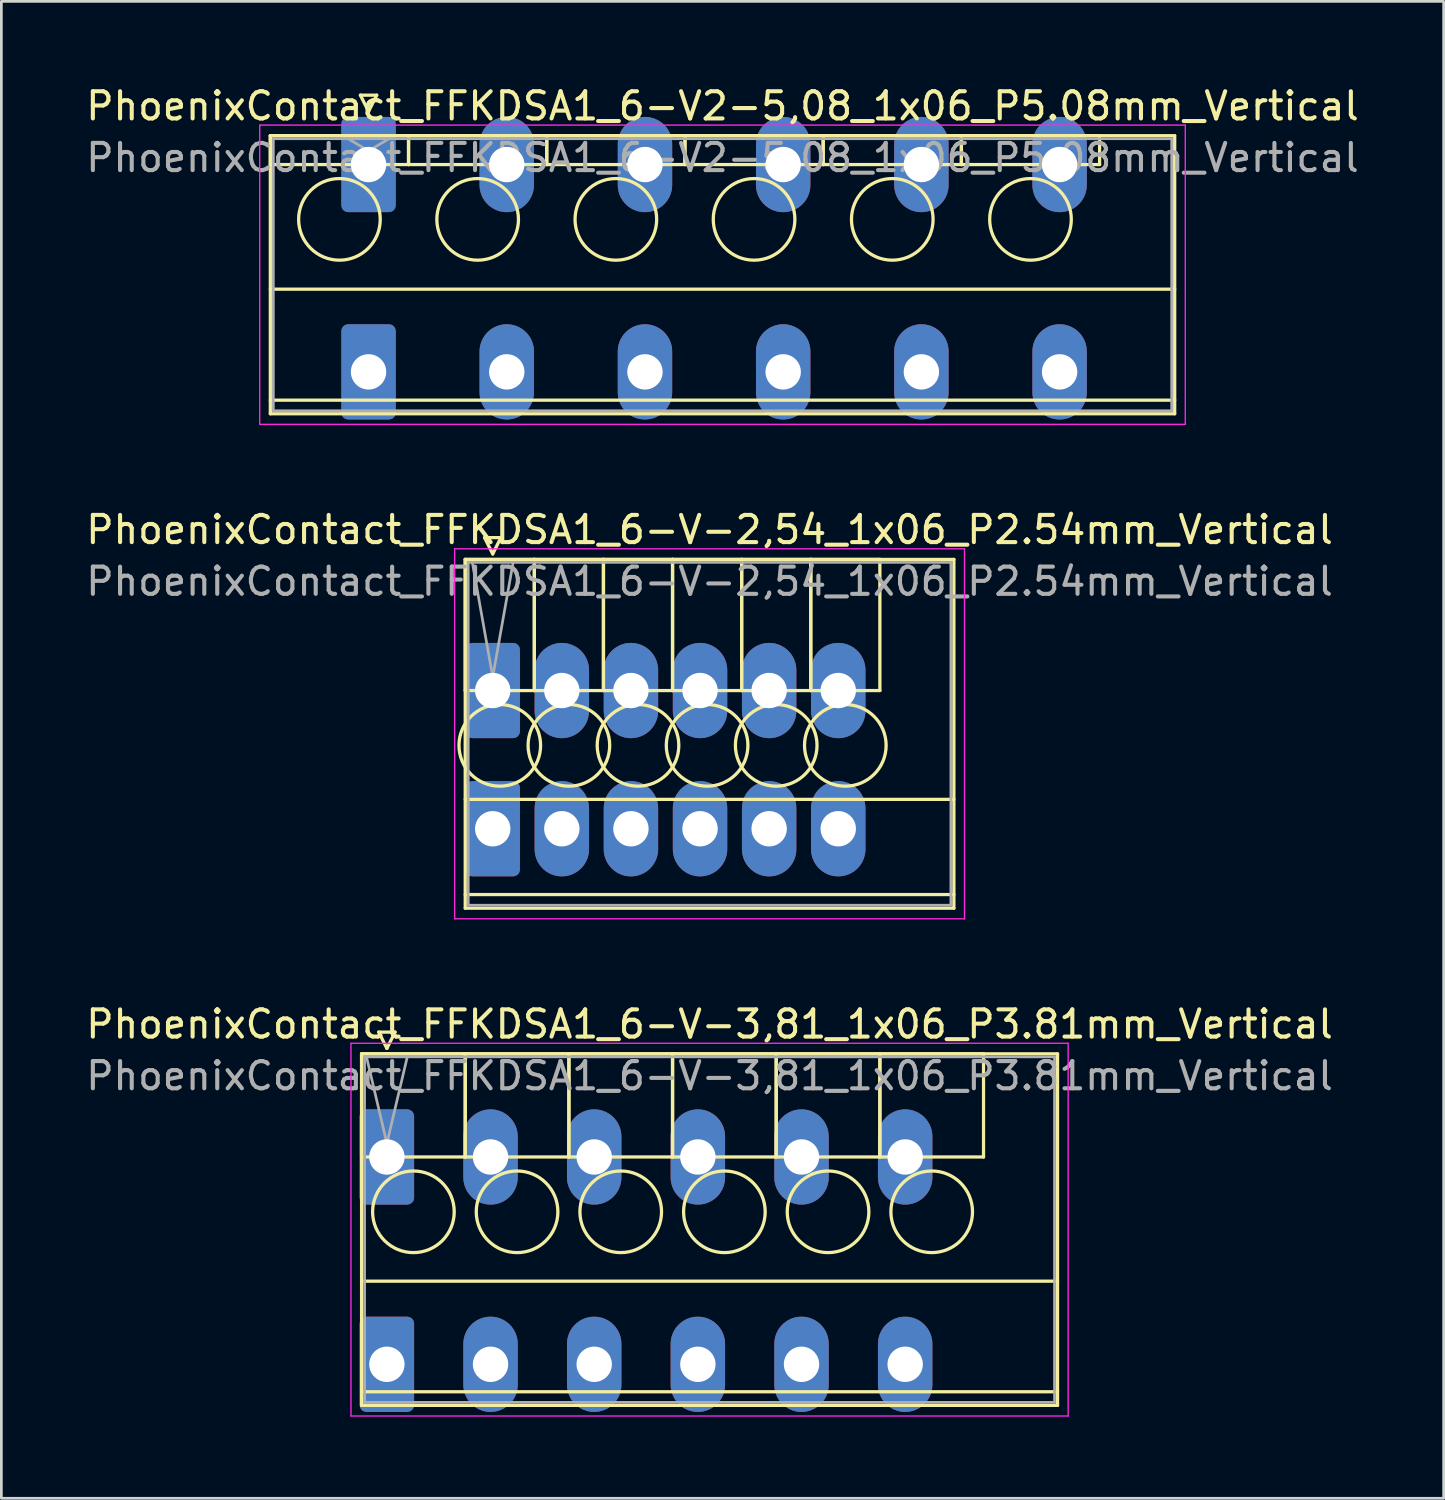
<source format=kicad_pcb>
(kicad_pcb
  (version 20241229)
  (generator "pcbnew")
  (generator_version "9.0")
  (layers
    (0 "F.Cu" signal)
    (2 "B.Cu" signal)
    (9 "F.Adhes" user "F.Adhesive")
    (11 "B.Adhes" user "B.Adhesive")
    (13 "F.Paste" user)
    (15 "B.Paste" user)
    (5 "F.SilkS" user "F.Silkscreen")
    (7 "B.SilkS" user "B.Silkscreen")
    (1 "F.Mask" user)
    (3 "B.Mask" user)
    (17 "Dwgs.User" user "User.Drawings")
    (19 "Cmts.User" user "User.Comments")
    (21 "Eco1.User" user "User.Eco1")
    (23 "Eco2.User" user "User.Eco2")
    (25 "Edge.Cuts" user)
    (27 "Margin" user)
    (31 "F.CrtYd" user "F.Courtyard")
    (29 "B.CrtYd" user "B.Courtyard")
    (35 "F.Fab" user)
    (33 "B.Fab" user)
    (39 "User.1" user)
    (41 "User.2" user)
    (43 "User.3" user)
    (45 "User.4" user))
  (footprint "PhoenixContact_FFKDSA1_6-V-3,81_1x06_P3.81mm_Vertical"
    (layer "F.Cu")
    (at 11.17 39.475)
    (property "Reference" "PhoenixContact_FFKDSA1_6-V-3,81_1x06_P3.81mm_Vertical" (at 11.86 -4.88 0) (layer "F.SilkS") (effects (font (size 1 1) (thickness 0.15))))
    (attr through_hole)
    (fp_line (start -0.93 -3.79) (end -0.93 0) (stroke (width 0.12) (type solid)) (layer "F.SilkS"))
    (fp_line (start -0.93 -3.79) (end -0.93 9.13) (stroke (width 0.12) (type solid)) (layer "F.SilkS"))
    (fp_line (start -0.93 0) (end 2.88 0) (stroke (width 0.12) (type solid)) (layer "F.SilkS"))
    (fp_line (start -0.93 4.565) (end 24.65 4.565) (stroke (width 0.12) (type solid)) (layer "F.SilkS"))
    (fp_line (start -0.93 8.63) (end 24.65 8.63) (stroke (width 0.12) (type solid)) (layer "F.SilkS"))
    (fp_line (start -0.93 9.13) (end 24.65 9.13) (stroke (width 0.12) (type solid)) (layer "F.SilkS"))
    (fp_line (start -0.3 -4.59) (end 0.3 -4.59) (stroke (width 0.12) (type solid)) (layer "F.SilkS"))
    (fp_line (start 0 -3.99) (end -0.3 -4.59) (stroke (width 0.12) (type solid)) (layer "F.SilkS"))
    (fp_line (start 0.3 -4.59) (end 0 -3.99) (stroke (width 0.12) (type solid)) (layer "F.SilkS"))
    (fp_line (start 2.88 -3.79) (end -0.93 -3.79) (stroke (width 0.12) (type solid)) (layer "F.SilkS"))
    (fp_line (start 2.88 -3.79) (end 2.88 0) (stroke (width 0.12) (type solid)) (layer "F.SilkS"))
    (fp_line (start 2.88 0) (end 2.88 -3.79) (stroke (width 0.12) (type solid)) (layer "F.SilkS"))
    (fp_line (start 2.88 0) (end 6.69 0) (stroke (width 0.12) (type solid)) (layer "F.SilkS"))
    (fp_line (start 6.69 -3.79) (end 2.88 -3.79) (stroke (width 0.12) (type solid)) (layer "F.SilkS"))
    (fp_line (start 6.69 -3.79) (end 6.69 0) (stroke (width 0.12) (type solid)) (layer "F.SilkS"))
    (fp_line (start 6.69 0) (end 6.69 -3.79) (stroke (width 0.12) (type solid)) (layer "F.SilkS"))
    (fp_line (start 6.69 0) (end 10.5 0) (stroke (width 0.12) (type solid)) (layer "F.SilkS"))
    (fp_line (start 10.5 -3.79) (end 6.69 -3.79) (stroke (width 0.12) (type solid)) (layer "F.SilkS"))
    (fp_line (start 10.5 -3.79) (end 10.5 0) (stroke (width 0.12) (type solid)) (layer "F.SilkS"))
    (fp_line (start 10.5 0) (end 10.5 -3.79) (stroke (width 0.12) (type solid)) (layer "F.SilkS"))
    (fp_line (start 10.5 0) (end 14.31 0) (stroke (width 0.12) (type solid)) (layer "F.SilkS"))
    (fp_line (start 14.31 -3.79) (end 10.5 -3.79) (stroke (width 0.12) (type solid)) (layer "F.SilkS"))
    (fp_line (start 14.31 -3.79) (end 14.31 0) (stroke (width 0.12) (type solid)) (layer "F.SilkS"))
    (fp_line (start 14.31 0) (end 14.31 -3.79) (stroke (width 0.12) (type solid)) (layer "F.SilkS"))
    (fp_line (start 14.31 0) (end 18.12 0) (stroke (width 0.12) (type solid)) (layer "F.SilkS"))
    (fp_line (start 18.12 -3.79) (end 14.31 -3.79) (stroke (width 0.12) (type solid)) (layer "F.SilkS"))
    (fp_line (start 18.12 -3.79) (end 18.12 0) (stroke (width 0.12) (type solid)) (layer "F.SilkS"))
    (fp_line (start 18.12 0) (end 18.12 -3.79) (stroke (width 0.12) (type solid)) (layer "F.SilkS"))
    (fp_line (start 18.12 0) (end 21.93 0) (stroke (width 0.12) (type solid)) (layer "F.SilkS"))
    (fp_line (start 21.93 -3.79) (end 18.12 -3.79) (stroke (width 0.12) (type solid)) (layer "F.SilkS"))
    (fp_line (start 21.93 0) (end 21.93 -3.79) (stroke (width 0.12) (type solid)) (layer "F.SilkS"))
    (fp_line (start 24.65 -3.79) (end -0.93 -3.79) (stroke (width 0.12) (type solid)) (layer "F.SilkS"))
    (fp_line (start 24.65 9.13) (end 24.65 -3.79) (stroke (width 0.12) (type solid)) (layer "F.SilkS"))
    (fp_circle (center 0.975 2.015) (end 2.475 2.015) (stroke (width 0.12) (type solid)) (fill no) (layer "F.SilkS"))
    (fp_circle (center 4.785 2.015) (end 6.285 2.015) (stroke (width 0.12) (type solid)) (fill no) (layer "F.SilkS"))
    (fp_circle (center 8.595 2.015) (end 10.095 2.015) (stroke (width 0.12) (type solid)) (fill no) (layer "F.SilkS"))
    (fp_circle (center 12.405 2.015) (end 13.905 2.015) (stroke (width 0.12) (type solid)) (fill no) (layer "F.SilkS"))
    (fp_circle (center 16.215 2.015) (end 17.715 2.015) (stroke (width 0.12) (type solid)) (fill no) (layer "F.SilkS"))
    (fp_circle (center 20.025 2.015) (end 21.525 2.015) (stroke (width 0.12) (type solid)) (fill no) (layer "F.SilkS"))
    (fp_line (start -1.32 -4.18) (end -1.32 9.52) (stroke (width 0.05) (type solid)) (layer "F.CrtYd"))
    (fp_line (start -1.32 9.52) (end 25.04 9.52) (stroke (width 0.05) (type solid)) (layer "F.CrtYd"))
    (fp_line (start 25.04 -4.18) (end -1.32 -4.18) (stroke (width 0.05) (type solid)) (layer "F.CrtYd"))
    (fp_line (start 25.04 9.52) (end 25.04 -4.18) (stroke (width 0.05) (type solid)) (layer "F.CrtYd"))
    (fp_line (start -0.82 -3.68) (end -0.82 9.02) (stroke (width 0.1) (type solid)) (layer "F.Fab"))
    (fp_line (start -0.82 9.02) (end 24.54 9.02) (stroke (width 0.1) (type solid)) (layer "F.Fab"))
    (fp_line (start 0 -0.5) (end -0.75 -3.68) (stroke (width 0.1) (type solid)) (layer "F.Fab"))
    (fp_line (start 0.75 -3.68) (end 0 -0.5) (stroke (width 0.1) (type solid)) (layer "F.Fab"))
    (fp_line (start 24.54 -3.68) (end -0.82 -3.68) (stroke (width 0.1) (type solid)) (layer "F.Fab"))
    (fp_line (start 24.54 9.02) (end 24.54 -3.68) (stroke (width 0.1) (type solid)) (layer "F.Fab"))
    (fp_text user "${REFERENCE}" (at 11.86 -2.98 0) (layer "F.Fab") (effects (font (size 1 1) (thickness 0.15))))
    (pad "1" thru_hole roundrect (at 0 0) (size 2 3.5) (drill 1.3) (layers "*.Cu" "*.Mask") (roundrect_rratio 0.125))
    (pad "1" thru_hole roundrect (at 0 7.62) (size 2 3.5) (drill 1.3) (layers "*.Cu" "*.Mask") (roundrect_rratio 0.125))
    (pad "2" thru_hole oval (at 3.81 0) (size 2 3.5) (drill 1.3) (layers "*.Cu" "*.Mask"))
    (pad "2" thru_hole oval (at 3.81 7.62) (size 2 3.5) (drill 1.3) (layers "*.Cu" "*.Mask"))
    (pad "3" thru_hole oval (at 7.62 0) (size 2 3.5) (drill 1.3) (layers "*.Cu" "*.Mask"))
    (pad "3" thru_hole oval (at 7.62 7.62) (size 2 3.5) (drill 1.3) (layers "*.Cu" "*.Mask"))
    (pad "4" thru_hole oval (at 11.43 0) (size 2 3.5) (drill 1.3) (layers "*.Cu" "*.Mask"))
    (pad "4" thru_hole oval (at 11.43 7.62) (size 2 3.5) (drill 1.3) (layers "*.Cu" "*.Mask"))
    (pad "5" thru_hole oval (at 15.24 0) (size 2 3.5) (drill 1.3) (layers "*.Cu" "*.Mask"))
    (pad "5" thru_hole oval (at 15.24 7.62) (size 2 3.5) (drill 1.3) (layers "*.Cu" "*.Mask"))
    (pad "6" thru_hole oval (at 19.05 0) (size 2 3.5) (drill 1.3) (layers "*.Cu" "*.Mask"))
    (pad "6" thru_hole oval (at 19.05 7.62) (size 2 3.5) (drill 1.3) (layers "*.Cu" "*.Mask")))
  (footprint "PhoenixContact_FFKDSA1_6-V2-5,08_1x06_P5.08mm_Vertical"
    (layer "F.Cu")
    (at 10.496 2.998)
    (property "Reference" "PhoenixContact_FFKDSA1_6-V2-5,08_1x06_P5.08mm_Vertical" (at 13.01 -2.15 0) (layer "F.SilkS") (effects (font (size 1 1) (thickness 0.15))))
    (attr through_hole)
    (fp_line (start -3.61 -1.06) (end -3.61 0) (stroke (width 0.12) (type solid)) (layer "F.SilkS"))
    (fp_line (start -3.61 -1.06) (end -3.61 9.16) (stroke (width 0.12) (type solid)) (layer "F.SilkS"))
    (fp_line (start -3.61 0) (end 1.47 0) (stroke (width 0.12) (type solid)) (layer "F.SilkS"))
    (fp_line (start -3.61 4.58) (end 29.63 4.58) (stroke (width 0.12) (type solid)) (layer "F.SilkS"))
    (fp_line (start -3.61 8.66) (end 29.63 8.66) (stroke (width 0.12) (type solid)) (layer "F.SilkS"))
    (fp_line (start -3.61 9.16) (end 29.63 9.16) (stroke (width 0.12) (type solid)) (layer "F.SilkS"))
    (fp_line (start -0.3 -2.55) (end 0.3 -2.55) (stroke (width 0.12) (type solid)) (layer "F.SilkS"))
    (fp_line (start 0 -1.95) (end -0.3 -2.55) (stroke (width 0.12) (type solid)) (layer "F.SilkS"))
    (fp_line (start 0.3 -2.55) (end 0 -1.95) (stroke (width 0.12) (type solid)) (layer "F.SilkS"))
    (fp_line (start 1.47 -1.06) (end -3.61 -1.06) (stroke (width 0.12) (type solid)) (layer "F.SilkS"))
    (fp_line (start 1.47 -1.06) (end 1.47 0) (stroke (width 0.12) (type solid)) (layer "F.SilkS"))
    (fp_line (start 1.47 0) (end 1.47 -1.06) (stroke (width 0.12) (type solid)) (layer "F.SilkS"))
    (fp_line (start 1.47 0) (end 6.55 0) (stroke (width 0.12) (type solid)) (layer "F.SilkS"))
    (fp_line (start 6.55 -1.06) (end 1.47 -1.06) (stroke (width 0.12) (type solid)) (layer "F.SilkS"))
    (fp_line (start 6.55 -1.06) (end 6.55 0) (stroke (width 0.12) (type solid)) (layer "F.SilkS"))
    (fp_line (start 6.55 0) (end 6.55 -1.06) (stroke (width 0.12) (type solid)) (layer "F.SilkS"))
    (fp_line (start 6.55 0) (end 11.63 0) (stroke (width 0.12) (type solid)) (layer "F.SilkS"))
    (fp_line (start 11.63 -1.06) (end 6.55 -1.06) (stroke (width 0.12) (type solid)) (layer "F.SilkS"))
    (fp_line (start 11.63 -1.06) (end 11.63 0) (stroke (width 0.12) (type solid)) (layer "F.SilkS"))
    (fp_line (start 11.63 0) (end 11.63 -1.06) (stroke (width 0.12) (type solid)) (layer "F.SilkS"))
    (fp_line (start 11.63 0) (end 16.71 0) (stroke (width 0.12) (type solid)) (layer "F.SilkS"))
    (fp_line (start 16.71 -1.06) (end 11.63 -1.06) (stroke (width 0.12) (type solid)) (layer "F.SilkS"))
    (fp_line (start 16.71 -1.06) (end 16.71 0) (stroke (width 0.12) (type solid)) (layer "F.SilkS"))
    (fp_line (start 16.71 0) (end 16.71 -1.06) (stroke (width 0.12) (type solid)) (layer "F.SilkS"))
    (fp_line (start 16.71 0) (end 21.79 0) (stroke (width 0.12) (type solid)) (layer "F.SilkS"))
    (fp_line (start 21.79 -1.06) (end 16.71 -1.06) (stroke (width 0.12) (type solid)) (layer "F.SilkS"))
    (fp_line (start 21.79 -1.06) (end 21.79 0) (stroke (width 0.12) (type solid)) (layer "F.SilkS"))
    (fp_line (start 21.79 0) (end 21.79 -1.06) (stroke (width 0.12) (type solid)) (layer "F.SilkS"))
    (fp_line (start 21.79 0) (end 26.87 0) (stroke (width 0.12) (type solid)) (layer "F.SilkS"))
    (fp_line (start 26.87 -1.06) (end 21.79 -1.06) (stroke (width 0.12) (type solid)) (layer "F.SilkS"))
    (fp_line (start 26.87 0) (end 26.87 -1.06) (stroke (width 0.12) (type solid)) (layer "F.SilkS"))
    (fp_line (start 29.63 -1.06) (end -3.61 -1.06) (stroke (width 0.12) (type solid)) (layer "F.SilkS"))
    (fp_line (start 29.63 9.16) (end 29.63 -1.06) (stroke (width 0.12) (type solid)) (layer "F.SilkS"))
    (fp_circle (center -1.07 2.015) (end 0.43 2.015) (stroke (width 0.12) (type solid)) (fill no) (layer "F.SilkS"))
    (fp_circle (center 4.01 2.015) (end 5.51 2.015) (stroke (width 0.12) (type solid)) (fill no) (layer "F.SilkS"))
    (fp_circle (center 9.09 2.015) (end 10.59 2.015) (stroke (width 0.12) (type solid)) (fill no) (layer "F.SilkS"))
    (fp_circle (center 14.17 2.015) (end 15.67 2.015) (stroke (width 0.12) (type solid)) (fill no) (layer "F.SilkS"))
    (fp_circle (center 19.25 2.015) (end 20.75 2.015) (stroke (width 0.12) (type solid)) (fill no) (layer "F.SilkS"))
    (fp_circle (center 24.33 2.015) (end 25.83 2.015) (stroke (width 0.12) (type solid)) (fill no) (layer "F.SilkS"))
    (fp_line (start -4 -1.45) (end -4 9.55) (stroke (width 0.05) (type solid)) (layer "F.CrtYd"))
    (fp_line (start -4 9.55) (end 30.02 9.55) (stroke (width 0.05) (type solid)) (layer "F.CrtYd"))
    (fp_line (start 30.02 -1.45) (end -4 -1.45) (stroke (width 0.05) (type solid)) (layer "F.CrtYd"))
    (fp_line (start 30.02 9.55) (end 30.02 -1.45) (stroke (width 0.05) (type solid)) (layer "F.CrtYd"))
    (fp_line (start -3.5 -0.95) (end -3.5 9.05) (stroke (width 0.1) (type solid)) (layer "F.Fab"))
    (fp_line (start -3.5 9.05) (end 29.52 9.05) (stroke (width 0.1) (type solid)) (layer "F.Fab"))
    (fp_line (start 0 -0.5) (end -0.75 -0.95) (stroke (width 0.1) (type solid)) (layer "F.Fab"))
    (fp_line (start 0.75 -0.95) (end 0 -0.5) (stroke (width 0.1) (type solid)) (layer "F.Fab"))
    (fp_line (start 29.52 -0.95) (end -3.5 -0.95) (stroke (width 0.1) (type solid)) (layer "F.Fab"))
    (fp_line (start 29.52 9.05) (end 29.52 -0.95) (stroke (width 0.1) (type solid)) (layer "F.Fab"))
    (fp_text user "${REFERENCE}" (at 13.01 -0.25 0) (layer "F.Fab") (effects (font (size 1 1) (thickness 0.15))))
    (pad "1" thru_hole roundrect (at 0 0) (size 2 3.5) (drill 1.3) (layers "*.Cu" "*.Mask") (roundrect_rratio 0.125))
    (pad "1" thru_hole roundrect (at 0 7.62) (size 2 3.5) (drill 1.3) (layers "*.Cu" "*.Mask") (roundrect_rratio 0.125))
    (pad "2" thru_hole oval (at 5.08 0) (size 2 3.5) (drill 1.3) (layers "*.Cu" "*.Mask"))
    (pad "2" thru_hole oval (at 5.08 7.62) (size 2 3.5) (drill 1.3) (layers "*.Cu" "*.Mask"))
    (pad "3" thru_hole oval (at 10.16 0) (size 2 3.5) (drill 1.3) (layers "*.Cu" "*.Mask"))
    (pad "3" thru_hole oval (at 10.16 7.62) (size 2 3.5) (drill 1.3) (layers "*.Cu" "*.Mask"))
    (pad "4" thru_hole oval (at 15.24 0) (size 2 3.5) (drill 1.3) (layers "*.Cu" "*.Mask"))
    (pad "4" thru_hole oval (at 15.24 7.62) (size 2 3.5) (drill 1.3) (layers "*.Cu" "*.Mask"))
    (pad "5" thru_hole oval (at 20.32 0) (size 2 3.5) (drill 1.3) (layers "*.Cu" "*.Mask"))
    (pad "5" thru_hole oval (at 20.32 7.62) (size 2 3.5) (drill 1.3) (layers "*.Cu" "*.Mask"))
    (pad "6" thru_hole oval (at 25.4 0) (size 2 3.5) (drill 1.3) (layers "*.Cu" "*.Mask"))
    (pad "6" thru_hole oval (at 25.4 7.62) (size 2 3.5) (drill 1.3) (layers "*.Cu" "*.Mask")))
  (footprint "PhoenixContact_FFKDSA1_6-V-2,54_1x06_P2.54mm_Vertical"
    (layer "F.Cu")
    (at 15.06 22.331)
    (property "Reference" "PhoenixContact_FFKDSA1_6-V-2,54_1x06_P2.54mm_Vertical" (at 7.97 -5.91 0) (layer "F.SilkS") (effects (font (size 1 1) (thickness 0.15))))
    (attr through_hole)
    (fp_line (start -1.01 -4.82) (end -1.01 0) (stroke (width 0.12) (type solid)) (layer "F.SilkS"))
    (fp_line (start -1.01 -4.82) (end -1.01 8) (stroke (width 0.12) (type solid)) (layer "F.SilkS"))
    (fp_line (start -1.01 0) (end 1.53 0) (stroke (width 0.12) (type solid)) (layer "F.SilkS"))
    (fp_line (start -1.01 4) (end 16.95 4) (stroke (width 0.12) (type solid)) (layer "F.SilkS"))
    (fp_line (start -1.01 7.5) (end 16.95 7.5) (stroke (width 0.12) (type solid)) (layer "F.SilkS"))
    (fp_line (start -1.01 8) (end 16.95 8) (stroke (width 0.12) (type solid)) (layer "F.SilkS"))
    (fp_line (start -0.3 -5.62) (end 0.3 -5.62) (stroke (width 0.12) (type solid)) (layer "F.SilkS"))
    (fp_line (start 0 -5.02) (end -0.3 -5.62) (stroke (width 0.12) (type solid)) (layer "F.SilkS"))
    (fp_line (start 0.3 -5.62) (end 0 -5.02) (stroke (width 0.12) (type solid)) (layer "F.SilkS"))
    (fp_line (start 1.53 -4.82) (end -1.01 -4.82) (stroke (width 0.12) (type solid)) (layer "F.SilkS"))
    (fp_line (start 1.53 -4.82) (end 1.53 0) (stroke (width 0.12) (type solid)) (layer "F.SilkS"))
    (fp_line (start 1.53 0) (end 1.53 -4.82) (stroke (width 0.12) (type solid)) (layer "F.SilkS"))
    (fp_line (start 1.53 0) (end 4.07 0) (stroke (width 0.12) (type solid)) (layer "F.SilkS"))
    (fp_line (start 4.07 -4.82) (end 1.53 -4.82) (stroke (width 0.12) (type solid)) (layer "F.SilkS"))
    (fp_line (start 4.07 -4.82) (end 4.07 0) (stroke (width 0.12) (type solid)) (layer "F.SilkS"))
    (fp_line (start 4.07 0) (end 4.07 -4.82) (stroke (width 0.12) (type solid)) (layer "F.SilkS"))
    (fp_line (start 4.07 0) (end 6.61 0) (stroke (width 0.12) (type solid)) (layer "F.SilkS"))
    (fp_line (start 6.61 -4.82) (end 4.07 -4.82) (stroke (width 0.12) (type solid)) (layer "F.SilkS"))
    (fp_line (start 6.61 -4.82) (end 6.61 0) (stroke (width 0.12) (type solid)) (layer "F.SilkS"))
    (fp_line (start 6.61 0) (end 6.61 -4.82) (stroke (width 0.12) (type solid)) (layer "F.SilkS"))
    (fp_line (start 6.61 0) (end 9.15 0) (stroke (width 0.12) (type solid)) (layer "F.SilkS"))
    (fp_line (start 9.15 -4.82) (end 6.61 -4.82) (stroke (width 0.12) (type solid)) (layer "F.SilkS"))
    (fp_line (start 9.15 -4.82) (end 9.15 0) (stroke (width 0.12) (type solid)) (layer "F.SilkS"))
    (fp_line (start 9.15 0) (end 9.15 -4.82) (stroke (width 0.12) (type solid)) (layer "F.SilkS"))
    (fp_line (start 9.15 0) (end 11.69 0) (stroke (width 0.12) (type solid)) (layer "F.SilkS"))
    (fp_line (start 11.69 -4.82) (end 9.15 -4.82) (stroke (width 0.12) (type solid)) (layer "F.SilkS"))
    (fp_line (start 11.69 -4.82) (end 11.69 0) (stroke (width 0.12) (type solid)) (layer "F.SilkS"))
    (fp_line (start 11.69 0) (end 11.69 -4.82) (stroke (width 0.12) (type solid)) (layer "F.SilkS"))
    (fp_line (start 11.69 0) (end 14.23 0) (stroke (width 0.12) (type solid)) (layer "F.SilkS"))
    (fp_line (start 14.23 -4.82) (end 11.69 -4.82) (stroke (width 0.12) (type solid)) (layer "F.SilkS"))
    (fp_line (start 14.23 0) (end 14.23 -4.82) (stroke (width 0.12) (type solid)) (layer "F.SilkS"))
    (fp_line (start 16.95 -4.82) (end -1.01 -4.82) (stroke (width 0.12) (type solid)) (layer "F.SilkS"))
    (fp_line (start 16.95 8) (end 16.95 -4.82) (stroke (width 0.12) (type solid)) (layer "F.SilkS"))
    (fp_circle (center 0.26 2.015) (end 1.76 2.015) (stroke (width 0.12) (type solid)) (fill no) (layer "F.SilkS"))
    (fp_circle (center 2.8 2.015) (end 4.3 2.015) (stroke (width 0.12) (type solid)) (fill no) (layer "F.SilkS"))
    (fp_circle (center 5.34 2.015) (end 6.84 2.015) (stroke (width 0.12) (type solid)) (fill no) (layer "F.SilkS"))
    (fp_circle (center 7.88 2.015) (end 9.38 2.015) (stroke (width 0.12) (type solid)) (fill no) (layer "F.SilkS"))
    (fp_circle (center 10.42 2.015) (end 11.92 2.015) (stroke (width 0.12) (type solid)) (fill no) (layer "F.SilkS"))
    (fp_circle (center 12.96 2.015) (end 14.46 2.015) (stroke (width 0.12) (type solid)) (fill no) (layer "F.SilkS"))
    (fp_line (start -1.4 -5.21) (end -1.4 8.39) (stroke (width 0.05) (type solid)) (layer "F.CrtYd"))
    (fp_line (start -1.4 8.39) (end 17.34 8.39) (stroke (width 0.05) (type solid)) (layer "F.CrtYd"))
    (fp_line (start 17.34 -5.21) (end -1.4 -5.21) (stroke (width 0.05) (type solid)) (layer "F.CrtYd"))
    (fp_line (start 17.34 8.39) (end 17.34 -5.21) (stroke (width 0.05) (type solid)) (layer "F.CrtYd"))
    (fp_line (start -0.9 -4.71) (end -0.9 7.89) (stroke (width 0.1) (type solid)) (layer "F.Fab"))
    (fp_line (start -0.9 7.89) (end 16.84 7.89) (stroke (width 0.1) (type solid)) (layer "F.Fab"))
    (fp_line (start 0 -0.5) (end -0.75 -4.71) (stroke (width 0.1) (type solid)) (layer "F.Fab"))
    (fp_line (start 0.75 -4.71) (end 0 -0.5) (stroke (width 0.1) (type solid)) (layer "F.Fab"))
    (fp_line (start 16.84 -4.71) (end -0.9 -4.71) (stroke (width 0.1) (type solid)) (layer "F.Fab"))
    (fp_line (start 16.84 7.89) (end 16.84 -4.71) (stroke (width 0.1) (type solid)) (layer "F.Fab"))
    (fp_text user "${REFERENCE}" (at 7.97 -4.01 0) (layer "F.Fab") (effects (font (size 1 1) (thickness 0.15))))
    (pad "1" thru_hole roundrect (at 0 0) (size 2 3.5) (drill 1.3) (layers "*.Cu" "*.Mask") (roundrect_rratio 0.125))
    (pad "1" thru_hole roundrect (at 0 5.08) (size 2 3.5) (drill 1.3) (layers "*.Cu" "*.Mask") (roundrect_rratio 0.125))
    (pad "2" thru_hole oval (at 2.54 0) (size 2 3.5) (drill 1.3) (layers "*.Cu" "*.Mask"))
    (pad "2" thru_hole oval (at 2.54 5.08) (size 2 3.5) (drill 1.3) (layers "*.Cu" "*.Mask"))
    (pad "3" thru_hole oval (at 5.08 0) (size 2 3.5) (drill 1.3) (layers "*.Cu" "*.Mask"))
    (pad "3" thru_hole oval (at 5.08 5.08) (size 2 3.5) (drill 1.3) (layers "*.Cu" "*.Mask"))
    (pad "4" thru_hole oval (at 7.62 0) (size 2 3.5) (drill 1.3) (layers "*.Cu" "*.Mask"))
    (pad "4" thru_hole oval (at 7.62 5.08) (size 2 3.5) (drill 1.3) (layers "*.Cu" "*.Mask"))
    (pad "5" thru_hole oval (at 10.16 0) (size 2 3.5) (drill 1.3) (layers "*.Cu" "*.Mask"))
    (pad "5" thru_hole oval (at 10.16 5.08) (size 2 3.5) (drill 1.3) (layers "*.Cu" "*.Mask"))
    (pad "6" thru_hole oval (at 12.7 0) (size 2 3.5) (drill 1.3) (layers "*.Cu" "*.Mask"))
    (pad "6" thru_hole oval (at 12.7 5.08) (size 2 3.5) (drill 1.3) (layers "*.Cu" "*.Mask")))
  (gr_rect
    (start -3 -3)
    (end 50.012 52.02)
    (stroke (width 0.1) (type default))
    (fill no)
    (layer "Edge.Cuts")))
</source>
